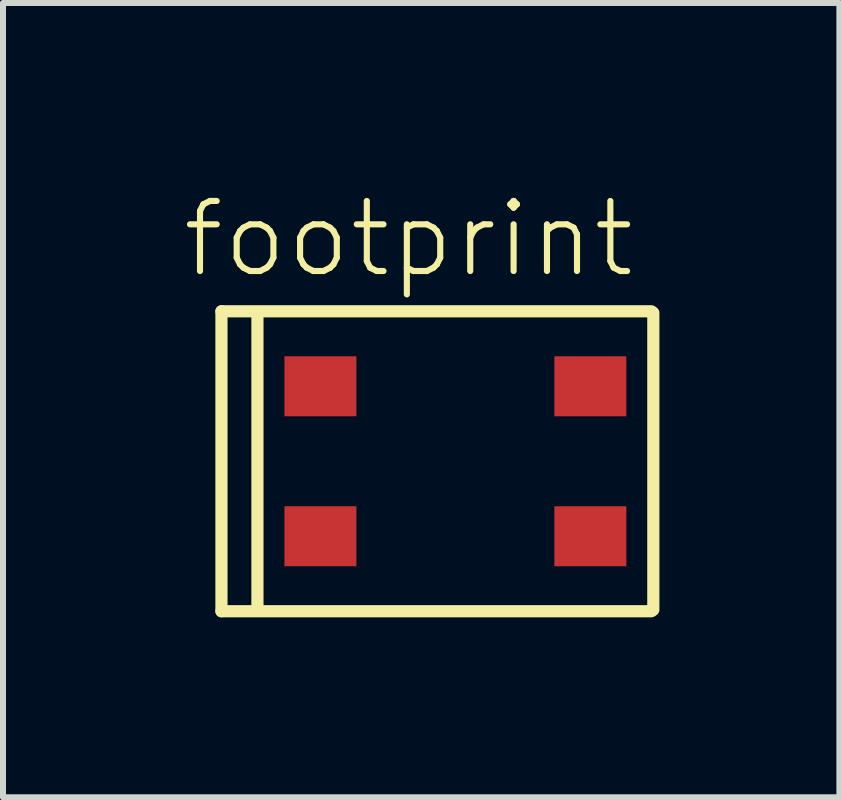
<source format=kicad_pcb>
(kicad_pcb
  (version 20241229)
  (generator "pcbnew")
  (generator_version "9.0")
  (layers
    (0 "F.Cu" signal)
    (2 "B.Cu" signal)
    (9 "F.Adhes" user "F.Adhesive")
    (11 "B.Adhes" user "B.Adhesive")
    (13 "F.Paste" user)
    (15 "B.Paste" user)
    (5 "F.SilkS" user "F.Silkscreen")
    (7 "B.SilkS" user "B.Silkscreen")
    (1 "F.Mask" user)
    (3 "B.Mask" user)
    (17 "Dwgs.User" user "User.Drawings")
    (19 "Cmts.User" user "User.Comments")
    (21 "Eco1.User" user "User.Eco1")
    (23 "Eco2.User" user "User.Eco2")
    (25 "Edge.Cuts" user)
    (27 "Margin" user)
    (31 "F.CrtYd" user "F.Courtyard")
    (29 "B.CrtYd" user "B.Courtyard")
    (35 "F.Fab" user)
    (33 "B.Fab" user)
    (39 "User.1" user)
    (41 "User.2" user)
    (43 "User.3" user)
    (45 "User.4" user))
  (footprint "footprint"
    (layer "F.Cu")
    (at 4.542 4.64)
    (property "Reference" "footprint" (at 3.04 -4.39 0) (layer "F.SilkS") (effects (font (size 1.168 1.168) (thickness 0.102)) (justify right top)))
    (fp_line (start -3.9 -2.5) (end -3.9 2.5) (stroke (width 0.203) (type solid)) (layer "F.SilkS"))
    (fp_line (start -3.9 2.5) (end 3.268 2.5) (stroke (width 0.203) (type solid)) (layer "F.SilkS"))
    (fp_line (start -3.3 -2.476) (end -3.3 2.476) (stroke (width 0.203) (type solid)) (layer "F.SilkS"))
    (fp_line (start 3.268 -2.5) (end -3.9 -2.5) (stroke (width 0.203) (type solid)) (layer "F.SilkS"))
    (fp_line (start 3.3 2.476) (end 3.3 -2.476) (stroke (width 0.203) (type solid)) (layer "F.SilkS"))
    (pad "1" smd rect (at -2.25 1.25 90) (size 1 1.2) (layers "F.Cu" "F.Mask" "F.Paste"))
    (pad "2" smd rect (at 2.25 1.25 90) (size 1 1.2) (layers "F.Cu" "F.Mask" "F.Paste"))
    (pad "3" smd rect (at 2.25 -1.25 270) (size 1 1.2) (layers "F.Cu" "F.Mask" "F.Paste"))
    (pad "4" smd rect (at -2.25 -1.25 270) (size 1 1.2) (layers "F.Cu" "F.Mask" "F.Paste")))
  (gr_rect
    (start -3 -3)
    (end 10.944 10.242)
    (stroke (width 0.1) (type default))
    (fill no)
    (layer "Edge.Cuts")))
</source>
